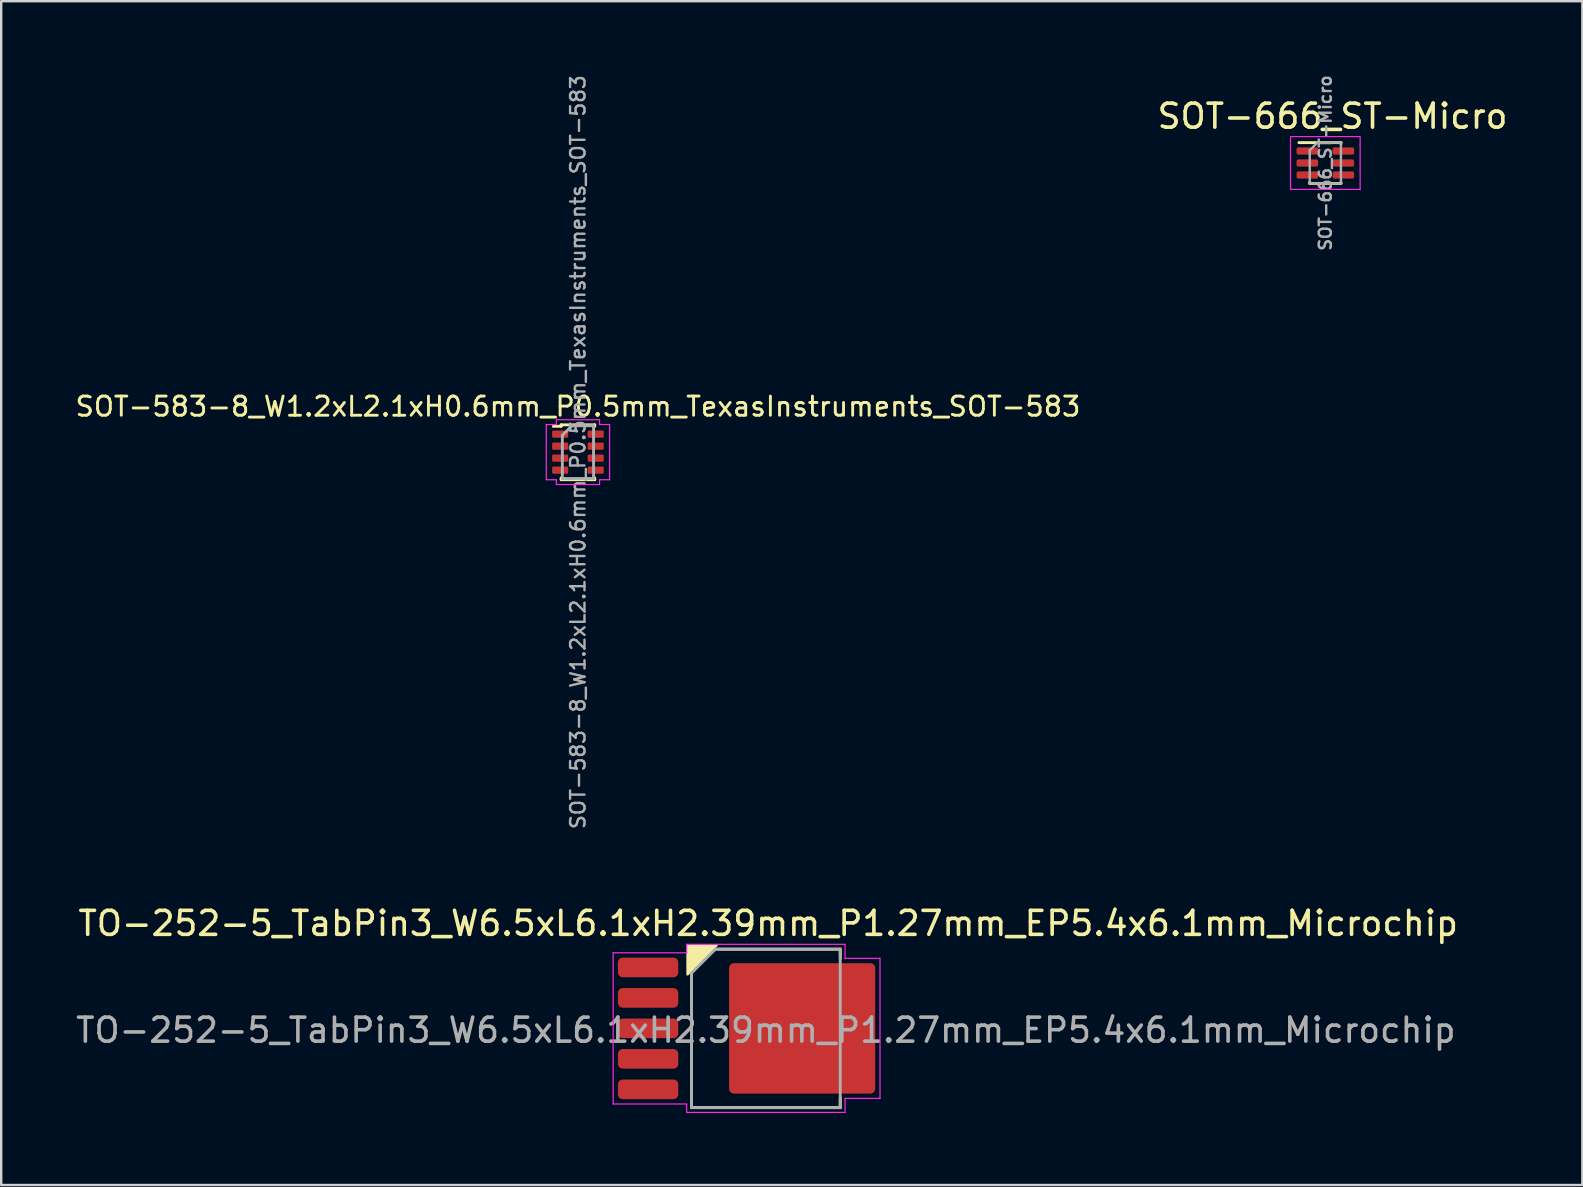
<source format=kicad_pcb>
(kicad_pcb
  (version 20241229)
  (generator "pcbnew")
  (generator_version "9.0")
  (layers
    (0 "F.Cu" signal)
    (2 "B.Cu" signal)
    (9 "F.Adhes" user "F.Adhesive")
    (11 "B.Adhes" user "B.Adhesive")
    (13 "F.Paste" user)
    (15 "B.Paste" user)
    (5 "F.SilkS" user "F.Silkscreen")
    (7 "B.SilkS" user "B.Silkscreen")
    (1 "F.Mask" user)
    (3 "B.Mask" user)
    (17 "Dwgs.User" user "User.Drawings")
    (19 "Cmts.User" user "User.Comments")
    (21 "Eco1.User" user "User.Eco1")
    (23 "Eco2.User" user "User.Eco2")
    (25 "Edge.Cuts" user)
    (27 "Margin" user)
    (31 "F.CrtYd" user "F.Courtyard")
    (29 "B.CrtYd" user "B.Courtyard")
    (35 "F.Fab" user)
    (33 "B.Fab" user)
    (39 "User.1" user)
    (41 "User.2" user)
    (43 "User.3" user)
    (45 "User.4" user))
  (footprint "TO-252-5_TabPin3_W6.5xL6.1xH2.39mm_P1.27mm_EP5.4x6.1mm_Microchip"
    (layer "F.Cu")
    (at 28.06 39.803)
    (property "Reference" "TO-252-5_TabPin3_W6.5xL6.1xH2.39mm_P1.27mm_EP5.4x6.1mm_Microchip" (at 0.9 -4.375 0) (layer "F.SilkS") (effects (font (size 1 1) (thickness 0.15))))
    (attr smd)
    (fp_line (start -2.297 -3.302) (end 3.903 -3.302) (stroke (width 0.12) (type solid)) (layer "F.SilkS"))
    (fp_line (start -2.297 3.302) (end -2.297 -3.302) (stroke (width 0.12) (type solid)) (layer "F.SilkS"))
    (fp_line (start 3.903 -3.302) (end 3.903 -2.898) (stroke (width 0.12) (type solid)) (layer "F.SilkS"))
    (fp_line (start 3.903 2.898) (end 3.903 3.302) (stroke (width 0.12) (type solid)) (layer "F.SilkS"))
    (fp_line (start 3.903 3.302) (end -2.297 3.302) (stroke (width 0.12) (type solid)) (layer "F.SilkS"))
    (fp_poly (pts (xy -2.46 -3.465) (xy -2.46 -2.25) (xy -1.25 -3.465)) (stroke (width 0.1) (type solid)) (fill yes) (layer "F.SilkS"))
    (fp_line (start -5.56 -3.15) (end -5.56 3.15) (stroke (width 0.05) (type solid)) (layer "F.CrtYd"))
    (fp_line (start -5.56 3.15) (end -2.497 3.15) (stroke (width 0.05) (type solid)) (layer "F.CrtYd"))
    (fp_line (start -2.497 -3.502) (end -2.497 -3.15) (stroke (width 0.05) (type solid)) (layer "F.CrtYd"))
    (fp_line (start -2.497 -3.15) (end -5.56 -3.15) (stroke (width 0.05) (type solid)) (layer "F.CrtYd"))
    (fp_line (start -2.497 3.15) (end -2.497 3.502) (stroke (width 0.05) (type solid)) (layer "F.CrtYd"))
    (fp_line (start -2.497 3.502) (end 4.103 3.502) (stroke (width 0.05) (type solid)) (layer "F.CrtYd"))
    (fp_line (start 4.103 -3.502) (end -2.497 -3.502) (stroke (width 0.05) (type solid)) (layer "F.CrtYd"))
    (fp_line (start 4.103 -2.918) (end 4.103 -3.502) (stroke (width 0.05) (type solid)) (layer "F.CrtYd"))
    (fp_line (start 4.103 2.918) (end 5.56 2.918) (stroke (width 0.05) (type solid)) (layer "F.CrtYd"))
    (fp_line (start 4.103 3.502) (end 4.103 2.918) (stroke (width 0.05) (type solid)) (layer "F.CrtYd"))
    (fp_line (start 5.56 -2.918) (end 4.103 -2.918) (stroke (width 0.05) (type solid)) (layer "F.CrtYd"))
    (fp_line (start 5.56 2.918) (end 5.56 -2.918) (stroke (width 0.05) (type solid)) (layer "F.CrtYd"))
    (fp_line (start -2.297 -2.302) (end -1.297 -3.302) (stroke (width 0.12) (type solid)) (layer "F.Fab"))
    (fp_line (start -2.297 3.302) (end -2.297 -2.302) (stroke (width 0.12) (type solid)) (layer "F.Fab"))
    (fp_line (start -1.297 -3.302) (end 3.903 -3.302) (stroke (width 0.12) (type solid)) (layer "F.Fab"))
    (fp_line (start 3.903 -3.302) (end 3.903 3.302) (stroke (width 0.12) (type solid)) (layer "F.Fab"))
    (fp_line (start 3.903 3.302) (end -2.297 3.302) (stroke (width 0.12) (type solid)) (layer "F.Fab"))
    (fp_text user "${REFERENCE}" (at 0.803 0.075 0) (layer "F.Fab") (effects (font (size 1 1) (thickness 0.15))))
    (pad "1" smd roundrect (at -4.103 -2.54) (size 2.515 0.819) (layers "F.Cu" "F.Mask" "F.Paste") (roundrect_rratio 0.244))
    (pad "2" smd roundrect (at -4.103 -1.27) (size 2.515 0.819) (layers "F.Cu" "F.Mask" "F.Paste") (roundrect_rratio 0.244))
    (pad "3" smd roundrect (at -4.103 0) (size 2.515 0.819) (layers "F.Cu" "F.Mask" "F.Paste") (roundrect_rratio 0.244))
    (pad "3" smd roundrect (at 0.766 -1.4) (size 2.7 2.4) (property pad_prop_heatsink) (layers "F.Cu" "F.Paste") (roundrect_rratio 0.037))
    (pad "3" smd roundrect (at 0.766 1.4) (size 2.7 2.4) (property pad_prop_heatsink) (layers "F.Cu" "F.Paste") (roundrect_rratio 0.037))
    (pad "3" smd roundrect (at 2.316 0) (size 6.089 5.435) (property pad_prop_heatsink) (layers "F.Cu" "F.Mask") (roundrect_rratio 0.037))
    (pad "3" smd roundrect (at 3.866 -1.4) (size 2.7 2.4) (property pad_prop_heatsink) (layers "F.Cu" "F.Paste") (roundrect_rratio 0.037))
    (pad "3" smd roundrect (at 3.866 1.4) (size 2.7 2.4) (property pad_prop_heatsink) (layers "F.Cu" "F.Paste") (roundrect_rratio 0.037))
    (pad "4" smd roundrect (at -4.103 1.27) (size 2.515 0.819) (layers "F.Cu" "F.Mask" "F.Paste") (roundrect_rratio 0.244))
    (pad "5" smd roundrect (at -4.103 2.54) (size 2.515 0.819) (layers "F.Cu" "F.Mask" "F.Paste") (roundrect_rratio 0.244)))
  (footprint "SOT-583-8_W1.2xL2.1xH0.6mm_P0.5mm_TexasInstruments_SOT-583"
    (layer "F.Cu")
    (at 21.033 15.79)
    (property "Reference" "SOT-583-8_W1.2xL2.1xH0.6mm_P0.5mm_TexasInstruments_SOT-583" (at 0 -1.9 0) (unlocked yes) (layer "F.SilkS") (effects (font (size 0.8 0.8) (thickness 0.12))))
    (attr smd)
    (fp_line (start -0.7 -1.137) (end -0.7 -1.075) (stroke (width 0.12) (type default)) (layer "F.SilkS"))
    (fp_line (start -0.7 -1.137) (end 0.7 -1.137) (stroke (width 0.12) (type default)) (layer "F.SilkS"))
    (fp_line (start -0.7 -1.075) (end -1.025 -1.075) (stroke (width 0.12) (type default)) (layer "F.SilkS"))
    (fp_line (start -0.7 1.075) (end -0.7 1.15) (stroke (width 0.12) (type default)) (layer "F.SilkS"))
    (fp_line (start 0.7 -1.137) (end 0.7 -1.075) (stroke (width 0.12) (type default)) (layer "F.SilkS"))
    (fp_line (start 0.7 1.075) (end 0.7 1.15) (stroke (width 0.12) (type default)) (layer "F.SilkS"))
    (fp_line (start 0.7 1.15) (end -0.7 1.15) (stroke (width 0.12) (type default)) (layer "F.SilkS"))
    (fp_line (start -1.32 1.15) (end -1.32 -1.15) (stroke (width 0.05) (type default)) (layer "F.CrtYd"))
    (fp_line (start -0.9 -1.35) (end 0.9 -1.35) (stroke (width 0.05) (type default)) (layer "F.CrtYd"))
    (fp_line (start -0.9 -1.15) (end -1.32 -1.15) (stroke (width 0.05) (type default)) (layer "F.CrtYd"))
    (fp_line (start -0.9 -1.15) (end -0.9 -1.35) (stroke (width 0.05) (type default)) (layer "F.CrtYd"))
    (fp_line (start -0.9 1.15) (end -1.32 1.15) (stroke (width 0.05) (type default)) (layer "F.CrtYd"))
    (fp_line (start -0.9 1.15) (end -0.9 1.35) (stroke (width 0.05) (type default)) (layer "F.CrtYd"))
    (fp_line (start 0.9 -1.15) (end 0.9 -1.35) (stroke (width 0.05) (type default)) (layer "F.CrtYd"))
    (fp_line (start 0.9 -1.15) (end 1.32 -1.15) (stroke (width 0.05) (type default)) (layer "F.CrtYd"))
    (fp_line (start 0.9 1.15) (end 0.9 1.35) (stroke (width 0.05) (type default)) (layer "F.CrtYd"))
    (fp_line (start 0.9 1.15) (end 1.32 1.15) (stroke (width 0.05) (type default)) (layer "F.CrtYd"))
    (fp_line (start 0.9 1.35) (end -0.9 1.35) (stroke (width 0.05) (type default)) (layer "F.CrtYd"))
    (fp_line (start 1.32 -1.15) (end 1.32 1.15) (stroke (width 0.05) (type default)) (layer "F.CrtYd"))
    (fp_line (start -0.65 -0.7) (end -0.65 1.1) (stroke (width 0.12) (type default)) (layer "F.Fab"))
    (fp_line (start -0.65 1.1) (end 0.65 1.1) (stroke (width 0.12) (type default)) (layer "F.Fab"))
    (fp_line (start -0.25 -1.1) (end -0.65 -0.7) (stroke (width 0.12) (type default)) (layer "F.Fab"))
    (fp_line (start 0.65 -1.1) (end -0.25 -1.1) (stroke (width 0.12) (type default)) (layer "F.Fab"))
    (fp_line (start 0.65 -1.1) (end 0.65 1.1) (stroke (width 0.12) (type default)) (layer "F.Fab"))
    (fp_text user "${REFERENCE}" (at 0 0 90) (unlocked yes) (layer "F.Fab") (effects (font (size 0.6 0.6) (thickness 0.1))))
    (pad "1" smd roundrect (at -0.74 -0.75) (size 0.67 0.3) (layers "F.Cu" "F.Mask" "F.Paste") (roundrect_rratio 0.167))
    (pad "2" smd roundrect (at -0.74 -0.25) (size 0.67 0.3) (layers "F.Cu" "F.Mask" "F.Paste") (roundrect_rratio 0.167))
    (pad "3" smd roundrect (at -0.74 0.25) (size 0.67 0.3) (layers "F.Cu" "F.Mask" "F.Paste") (roundrect_rratio 0.167))
    (pad "4" smd roundrect (at -0.74 0.75) (size 0.67 0.3) (layers "F.Cu" "F.Mask" "F.Paste") (roundrect_rratio 0.167))
    (pad "5" smd roundrect (at 0.74 0.75) (size 0.67 0.3) (layers "F.Cu" "F.Mask" "F.Paste") (roundrect_rratio 0.167))
    (pad "6" smd roundrect (at 0.74 0.25) (size 0.67 0.3) (layers "F.Cu" "F.Mask" "F.Paste") (roundrect_rratio 0.167))
    (pad "7" smd roundrect (at 0.74 -0.25) (size 0.67 0.3) (layers "F.Cu" "F.Mask" "F.Paste") (roundrect_rratio 0.167))
    (pad "8" smd roundrect (at 0.74 -0.75) (size 0.67 0.3) (layers "F.Cu" "F.Mask" "F.Paste") (roundrect_rratio 0.167)))
  (footprint "SOT-666_ST-Micro"
    (layer "F.Cu")
    (at 52.177 3.743)
    (property "Reference" "SOT-666_ST-Micro" (at 0.3 -1.95 0) (unlocked yes) (layer "F.SilkS") (effects (font (size 1 1) (thickness 0.15))))
    (attr smd)
    (fp_line (start -0.65 0.8) (end -0.65 0.85) (stroke (width 0.12) (type solid)) (layer "F.SilkS"))
    (fp_line (start -0.65 0.85) (end 0.65 0.85) (stroke (width 0.12) (type solid)) (layer "F.SilkS"))
    (fp_line (start 0.65 -0.85) (end -1.1 -0.85) (stroke (width 0.12) (type solid)) (layer "F.SilkS"))
    (fp_line (start 0.65 -0.85) (end 0.65 -0.8) (stroke (width 0.12) (type solid)) (layer "F.SilkS"))
    (fp_line (start 0.65 0.8) (end 0.65 0.85) (stroke (width 0.12) (type solid)) (layer "F.SilkS"))
    (fp_line (start -1.45 -1.1) (end -1.45 1.1) (stroke (width 0.05) (type solid)) (layer "F.CrtYd"))
    (fp_line (start -1.45 -1.1) (end 1.45 -1.1) (stroke (width 0.05) (type solid)) (layer "F.CrtYd"))
    (fp_line (start -1.45 1.1) (end 1.45 1.1) (stroke (width 0.05) (type solid)) (layer "F.CrtYd"))
    (fp_line (start 1.45 1.1) (end 1.45 -1.1) (stroke (width 0.05) (type solid)) (layer "F.CrtYd"))
    (fp_line (start -0.65 -0.53) (end -0.65 0.85) (stroke (width 0.1) (type solid)) (layer "F.Fab"))
    (fp_line (start -0.65 -0.53) (end -0.33 -0.85) (stroke (width 0.1) (type solid)) (layer "F.Fab"))
    (fp_line (start 0.65 -0.85) (end -0.33 -0.85) (stroke (width 0.1) (type solid)) (layer "F.Fab"))
    (fp_line (start 0.65 -0.85) (end 0.65 0.85) (stroke (width 0.1) (type solid)) (layer "F.Fab"))
    (fp_line (start 0.65 0.85) (end -0.65 0.85) (stroke (width 0.1) (type solid)) (layer "F.Fab"))
    (fp_text user "${REFERENCE}" (at 0 0 90) (layer "F.Fab") (effects (font (size 0.5 0.5) (thickness 0.1))))
    (pad "1" smd roundrect (at -0.75 -0.5) (size 0.9 0.3) (layers "F.Cu" "F.Mask" "F.Paste") (roundrect_rratio 0.25))
    (pad "2" smd roundrect (at -0.75 0) (size 0.9 0.3) (layers "F.Cu" "F.Mask" "F.Paste") (roundrect_rratio 0.25))
    (pad "3" smd roundrect (at -0.75 0.5) (size 0.9 0.3) (layers "F.Cu" "F.Mask" "F.Paste") (roundrect_rratio 0.25))
    (pad "4" smd roundrect (at 0.75 0.5) (size 0.9 0.3) (layers "F.Cu" "F.Mask" "F.Paste") (roundrect_rratio 0.25))
    (pad "5" smd roundrect (at 0.75 0) (size 0.9 0.3) (layers "F.Cu" "F.Mask" "F.Paste") (roundrect_rratio 0.25))
    (pad "6" smd roundrect (at 0.75 -0.5) (size 0.9 0.3) (layers "F.Cu" "F.Mask" "F.Paste") (roundrect_rratio 0.25)))
  (gr_rect
    (start -3 -3)
    (end 62.888 46.33)
    (stroke (width 0.1) (type default))
    (fill no)
    (layer "Edge.Cuts")))
</source>
